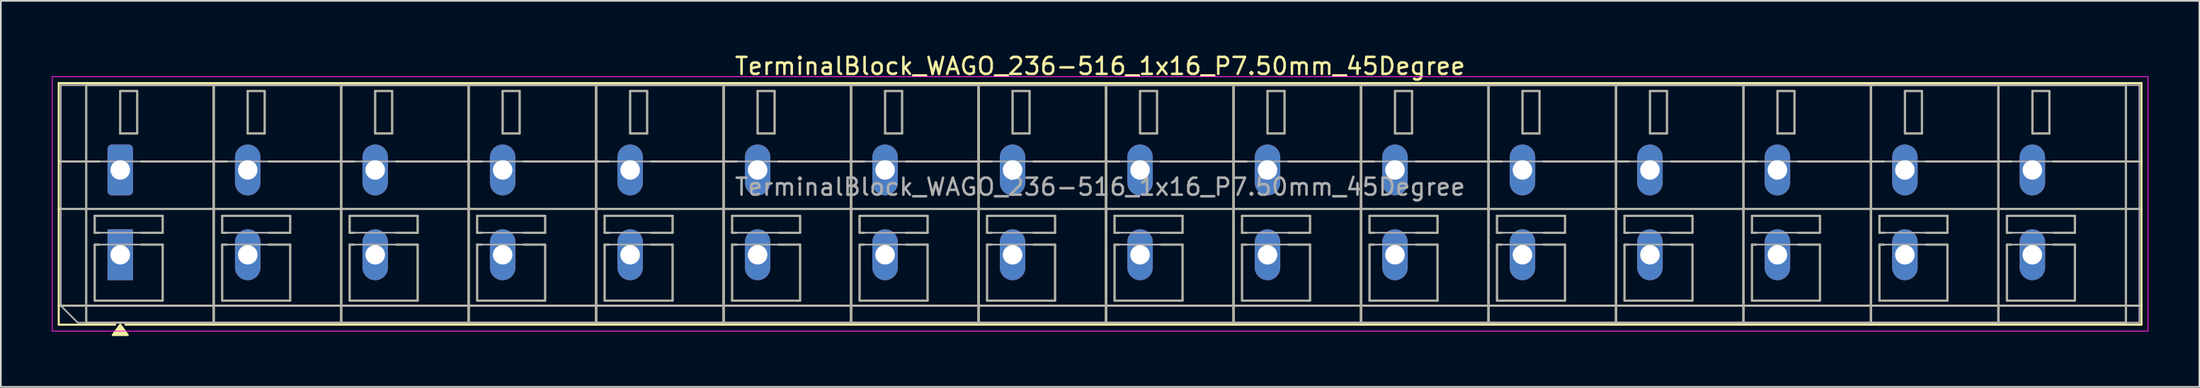
<source format=kicad_pcb>
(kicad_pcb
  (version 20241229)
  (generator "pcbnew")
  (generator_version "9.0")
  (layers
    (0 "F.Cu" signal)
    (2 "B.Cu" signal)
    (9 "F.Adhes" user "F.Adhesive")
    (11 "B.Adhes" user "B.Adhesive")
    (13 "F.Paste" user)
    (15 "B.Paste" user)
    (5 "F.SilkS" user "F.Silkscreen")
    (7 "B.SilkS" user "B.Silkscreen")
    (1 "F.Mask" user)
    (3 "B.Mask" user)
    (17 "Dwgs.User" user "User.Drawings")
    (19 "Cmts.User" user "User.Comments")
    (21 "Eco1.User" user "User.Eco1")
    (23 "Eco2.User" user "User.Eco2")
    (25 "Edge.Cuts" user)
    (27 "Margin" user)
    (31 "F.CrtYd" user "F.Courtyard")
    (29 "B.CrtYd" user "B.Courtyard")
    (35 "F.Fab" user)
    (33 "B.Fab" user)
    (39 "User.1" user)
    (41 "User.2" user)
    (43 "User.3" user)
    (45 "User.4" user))
  (footprint "TerminalBlock_WAGO_236-516_1x16_P7.50mm_45Degree"
    (layer "F.Cu")
    (at 4.025 6.968)
    (property "Reference" "TerminalBlock_WAGO_236-516_1x16_P7.50mm_45Degree" (at 57.65 -6.12 0) (layer "F.SilkS") (effects (font (size 1 1) (thickness 0.15))))
    (attr through_hole)
    (fp_line (start -3.62 -5.12) (end -3.62 9.12) (stroke (width 0.12) (type solid)) (layer "F.SilkS"))
    (fp_line (start -3.62 -5.12) (end 118.92 -5.12) (stroke (width 0.12) (type solid)) (layer "F.SilkS"))
    (fp_line (start -3.62 -0.5) (end -1.23 -0.5) (stroke (width 0.12) (type solid)) (layer "F.SilkS"))
    (fp_line (start -3.62 2.3) (end 118.92 2.3) (stroke (width 0.12) (type solid)) (layer "F.SilkS"))
    (fp_line (start -3.62 8) (end 118.92 8) (stroke (width 0.12) (type solid)) (layer "F.SilkS"))
    (fp_line (start -3.62 9.12) (end -0.3 9.12) (stroke (width 0.12) (type solid)) (layer "F.SilkS"))
    (fp_line (start -2 -5) (end -2 9) (stroke (width 0.12) (type solid)) (layer "F.SilkS"))
    (fp_line (start -2 -5) (end 5.5 -5) (stroke (width 0.12) (type solid)) (layer "F.SilkS"))
    (fp_line (start -2 9) (end 5.5 9) (stroke (width 0.12) (type solid)) (layer "F.SilkS"))
    (fp_line (start -1.5 2.7) (end -1.5 3.7) (stroke (width 0.12) (type solid)) (layer "F.SilkS"))
    (fp_line (start -1.5 2.7) (end 2.5 2.7) (stroke (width 0.12) (type solid)) (layer "F.SilkS"))
    (fp_line (start -1.5 3.7) (end -1.23 3.7) (stroke (width 0.12) (type solid)) (layer "F.SilkS"))
    (fp_line (start -1.5 4.4) (end -1.5 7.7) (stroke (width 0.12) (type solid)) (layer "F.SilkS"))
    (fp_line (start -1.5 4.4) (end -1.23 4.4) (stroke (width 0.12) (type solid)) (layer "F.SilkS"))
    (fp_line (start -1.5 7.7) (end 2.5 7.7) (stroke (width 0.12) (type solid)) (layer "F.SilkS"))
    (fp_line (start 0 -4.65) (end 0 -2.15) (stroke (width 0.12) (type solid)) (layer "F.SilkS"))
    (fp_line (start 0 -4.65) (end 1 -4.65) (stroke (width 0.12) (type solid)) (layer "F.SilkS"))
    (fp_line (start 0 -2.15) (end 1 -2.15) (stroke (width 0.12) (type solid)) (layer "F.SilkS"))
    (fp_line (start 0.3 9.12) (end 118.92 9.12) (stroke (width 0.12) (type solid)) (layer "F.SilkS"))
    (fp_line (start 1 -4.65) (end 1 -2.15) (stroke (width 0.12) (type solid)) (layer "F.SilkS"))
    (fp_line (start 1.23 -0.5) (end 6.27 -0.5) (stroke (width 0.12) (type solid)) (layer "F.SilkS"))
    (fp_line (start 1.23 3.7) (end 2.5 3.7) (stroke (width 0.12) (type solid)) (layer "F.SilkS"))
    (fp_line (start 1.23 4.4) (end 2.5 4.4) (stroke (width 0.12) (type solid)) (layer "F.SilkS"))
    (fp_line (start 2.5 2.7) (end 2.5 3.7) (stroke (width 0.12) (type solid)) (layer "F.SilkS"))
    (fp_line (start 2.5 4.4) (end 2.5 7.7) (stroke (width 0.12) (type solid)) (layer "F.SilkS"))
    (fp_line (start 5.5 -5) (end 5.5 9) (stroke (width 0.12) (type solid)) (layer "F.SilkS"))
    (fp_line (start 5.5 -5) (end 5.5 9) (stroke (width 0.12) (type solid)) (layer "F.SilkS"))
    (fp_line (start 5.5 -5) (end 13 -5) (stroke (width 0.12) (type solid)) (layer "F.SilkS"))
    (fp_line (start 5.5 9) (end 13 9) (stroke (width 0.12) (type solid)) (layer "F.SilkS"))
    (fp_line (start 6 2.7) (end 6 3.7) (stroke (width 0.12) (type solid)) (layer "F.SilkS"))
    (fp_line (start 6 2.7) (end 10 2.7) (stroke (width 0.12) (type solid)) (layer "F.SilkS"))
    (fp_line (start 6 3.7) (end 6.27 3.7) (stroke (width 0.12) (type solid)) (layer "F.SilkS"))
    (fp_line (start 6 4.4) (end 6 7.7) (stroke (width 0.12) (type solid)) (layer "F.SilkS"))
    (fp_line (start 6 4.4) (end 6.27 4.4) (stroke (width 0.12) (type solid)) (layer "F.SilkS"))
    (fp_line (start 6 7.7) (end 10 7.7) (stroke (width 0.12) (type solid)) (layer "F.SilkS"))
    (fp_line (start 7.5 -4.65) (end 7.5 -2.15) (stroke (width 0.12) (type solid)) (layer "F.SilkS"))
    (fp_line (start 7.5 -4.65) (end 8.5 -4.65) (stroke (width 0.12) (type solid)) (layer "F.SilkS"))
    (fp_line (start 7.5 -2.15) (end 8.5 -2.15) (stroke (width 0.12) (type solid)) (layer "F.SilkS"))
    (fp_line (start 8.5 -4.65) (end 8.5 -2.15) (stroke (width 0.12) (type solid)) (layer "F.SilkS"))
    (fp_line (start 8.73 -0.5) (end 13.77 -0.5) (stroke (width 0.12) (type solid)) (layer "F.SilkS"))
    (fp_line (start 8.73 3.7) (end 10 3.7) (stroke (width 0.12) (type solid)) (layer "F.SilkS"))
    (fp_line (start 8.73 4.4) (end 10 4.4) (stroke (width 0.12) (type solid)) (layer "F.SilkS"))
    (fp_line (start 10 2.7) (end 10 3.7) (stroke (width 0.12) (type solid)) (layer "F.SilkS"))
    (fp_line (start 10 4.4) (end 10 7.7) (stroke (width 0.12) (type solid)) (layer "F.SilkS"))
    (fp_line (start 13 -5) (end 13 9) (stroke (width 0.12) (type solid)) (layer "F.SilkS"))
    (fp_line (start 13 -5) (end 13 9) (stroke (width 0.12) (type solid)) (layer "F.SilkS"))
    (fp_line (start 13 -5) (end 20.5 -5) (stroke (width 0.12) (type solid)) (layer "F.SilkS"))
    (fp_line (start 13 9) (end 20.5 9) (stroke (width 0.12) (type solid)) (layer "F.SilkS"))
    (fp_line (start 13.5 2.7) (end 13.5 3.7) (stroke (width 0.12) (type solid)) (layer "F.SilkS"))
    (fp_line (start 13.5 2.7) (end 17.5 2.7) (stroke (width 0.12) (type solid)) (layer "F.SilkS"))
    (fp_line (start 13.5 3.7) (end 13.77 3.7) (stroke (width 0.12) (type solid)) (layer "F.SilkS"))
    (fp_line (start 13.5 4.4) (end 13.5 7.7) (stroke (width 0.12) (type solid)) (layer "F.SilkS"))
    (fp_line (start 13.5 4.4) (end 13.77 4.4) (stroke (width 0.12) (type solid)) (layer "F.SilkS"))
    (fp_line (start 13.5 7.7) (end 17.5 7.7) (stroke (width 0.12) (type solid)) (layer "F.SilkS"))
    (fp_line (start 15 -4.65) (end 15 -2.15) (stroke (width 0.12) (type solid)) (layer "F.SilkS"))
    (fp_line (start 15 -4.65) (end 16 -4.65) (stroke (width 0.12) (type solid)) (layer "F.SilkS"))
    (fp_line (start 15 -2.15) (end 16 -2.15) (stroke (width 0.12) (type solid)) (layer "F.SilkS"))
    (fp_line (start 16 -4.65) (end 16 -2.15) (stroke (width 0.12) (type solid)) (layer "F.SilkS"))
    (fp_line (start 16.23 -0.5) (end 21.27 -0.5) (stroke (width 0.12) (type solid)) (layer "F.SilkS"))
    (fp_line (start 16.23 3.7) (end 17.5 3.7) (stroke (width 0.12) (type solid)) (layer "F.SilkS"))
    (fp_line (start 16.23 4.4) (end 17.5 4.4) (stroke (width 0.12) (type solid)) (layer "F.SilkS"))
    (fp_line (start 17.5 2.7) (end 17.5 3.7) (stroke (width 0.12) (type solid)) (layer "F.SilkS"))
    (fp_line (start 17.5 4.4) (end 17.5 7.7) (stroke (width 0.12) (type solid)) (layer "F.SilkS"))
    (fp_line (start 20.5 -5) (end 20.5 9) (stroke (width 0.12) (type solid)) (layer "F.SilkS"))
    (fp_line (start 20.5 -5) (end 20.5 9) (stroke (width 0.12) (type solid)) (layer "F.SilkS"))
    (fp_line (start 20.5 -5) (end 28 -5) (stroke (width 0.12) (type solid)) (layer "F.SilkS"))
    (fp_line (start 20.5 9) (end 28 9) (stroke (width 0.12) (type solid)) (layer "F.SilkS"))
    (fp_line (start 21 2.7) (end 21 3.7) (stroke (width 0.12) (type solid)) (layer "F.SilkS"))
    (fp_line (start 21 2.7) (end 25 2.7) (stroke (width 0.12) (type solid)) (layer "F.SilkS"))
    (fp_line (start 21 3.7) (end 21.27 3.7) (stroke (width 0.12) (type solid)) (layer "F.SilkS"))
    (fp_line (start 21 4.4) (end 21 7.7) (stroke (width 0.12) (type solid)) (layer "F.SilkS"))
    (fp_line (start 21 4.4) (end 21.27 4.4) (stroke (width 0.12) (type solid)) (layer "F.SilkS"))
    (fp_line (start 21 7.7) (end 25 7.7) (stroke (width 0.12) (type solid)) (layer "F.SilkS"))
    (fp_line (start 22.5 -4.65) (end 22.5 -2.15) (stroke (width 0.12) (type solid)) (layer "F.SilkS"))
    (fp_line (start 22.5 -4.65) (end 23.5 -4.65) (stroke (width 0.12) (type solid)) (layer "F.SilkS"))
    (fp_line (start 22.5 -2.15) (end 23.5 -2.15) (stroke (width 0.12) (type solid)) (layer "F.SilkS"))
    (fp_line (start 23.5 -4.65) (end 23.5 -2.15) (stroke (width 0.12) (type solid)) (layer "F.SilkS"))
    (fp_line (start 23.73 -0.5) (end 28.77 -0.5) (stroke (width 0.12) (type solid)) (layer "F.SilkS"))
    (fp_line (start 23.73 3.7) (end 25 3.7) (stroke (width 0.12) (type solid)) (layer "F.SilkS"))
    (fp_line (start 23.73 4.4) (end 25 4.4) (stroke (width 0.12) (type solid)) (layer "F.SilkS"))
    (fp_line (start 25 2.7) (end 25 3.7) (stroke (width 0.12) (type solid)) (layer "F.SilkS"))
    (fp_line (start 25 4.4) (end 25 7.7) (stroke (width 0.12) (type solid)) (layer "F.SilkS"))
    (fp_line (start 28 -5) (end 28 9) (stroke (width 0.12) (type solid)) (layer "F.SilkS"))
    (fp_line (start 28 -5) (end 28 9) (stroke (width 0.12) (type solid)) (layer "F.SilkS"))
    (fp_line (start 28 -5) (end 35.5 -5) (stroke (width 0.12) (type solid)) (layer "F.SilkS"))
    (fp_line (start 28 9) (end 35.5 9) (stroke (width 0.12) (type solid)) (layer "F.SilkS"))
    (fp_line (start 28.5 2.7) (end 28.5 3.7) (stroke (width 0.12) (type solid)) (layer "F.SilkS"))
    (fp_line (start 28.5 2.7) (end 32.5 2.7) (stroke (width 0.12) (type solid)) (layer "F.SilkS"))
    (fp_line (start 28.5 3.7) (end 28.77 3.7) (stroke (width 0.12) (type solid)) (layer "F.SilkS"))
    (fp_line (start 28.5 4.4) (end 28.5 7.7) (stroke (width 0.12) (type solid)) (layer "F.SilkS"))
    (fp_line (start 28.5 4.4) (end 28.77 4.4) (stroke (width 0.12) (type solid)) (layer "F.SilkS"))
    (fp_line (start 28.5 7.7) (end 32.5 7.7) (stroke (width 0.12) (type solid)) (layer "F.SilkS"))
    (fp_line (start 30 -4.65) (end 30 -2.15) (stroke (width 0.12) (type solid)) (layer "F.SilkS"))
    (fp_line (start 30 -4.65) (end 31 -4.65) (stroke (width 0.12) (type solid)) (layer "F.SilkS"))
    (fp_line (start 30 -2.15) (end 31 -2.15) (stroke (width 0.12) (type solid)) (layer "F.SilkS"))
    (fp_line (start 31 -4.65) (end 31 -2.15) (stroke (width 0.12) (type solid)) (layer "F.SilkS"))
    (fp_line (start 31.23 -0.5) (end 36.27 -0.5) (stroke (width 0.12) (type solid)) (layer "F.SilkS"))
    (fp_line (start 31.23 3.7) (end 32.5 3.7) (stroke (width 0.12) (type solid)) (layer "F.SilkS"))
    (fp_line (start 31.23 4.4) (end 32.5 4.4) (stroke (width 0.12) (type solid)) (layer "F.SilkS"))
    (fp_line (start 32.5 2.7) (end 32.5 3.7) (stroke (width 0.12) (type solid)) (layer "F.SilkS"))
    (fp_line (start 32.5 4.4) (end 32.5 7.7) (stroke (width 0.12) (type solid)) (layer "F.SilkS"))
    (fp_line (start 35.5 -5) (end 35.5 9) (stroke (width 0.12) (type solid)) (layer "F.SilkS"))
    (fp_line (start 35.5 -5) (end 35.5 9) (stroke (width 0.12) (type solid)) (layer "F.SilkS"))
    (fp_line (start 35.5 -5) (end 43 -5) (stroke (width 0.12) (type solid)) (layer "F.SilkS"))
    (fp_line (start 35.5 9) (end 43 9) (stroke (width 0.12) (type solid)) (layer "F.SilkS"))
    (fp_line (start 36 2.7) (end 36 3.7) (stroke (width 0.12) (type solid)) (layer "F.SilkS"))
    (fp_line (start 36 2.7) (end 40 2.7) (stroke (width 0.12) (type solid)) (layer "F.SilkS"))
    (fp_line (start 36 3.7) (end 36.27 3.7) (stroke (width 0.12) (type solid)) (layer "F.SilkS"))
    (fp_line (start 36 4.4) (end 36 7.7) (stroke (width 0.12) (type solid)) (layer "F.SilkS"))
    (fp_line (start 36 4.4) (end 36.27 4.4) (stroke (width 0.12) (type solid)) (layer "F.SilkS"))
    (fp_line (start 36 7.7) (end 40 7.7) (stroke (width 0.12) (type solid)) (layer "F.SilkS"))
    (fp_line (start 37.5 -4.65) (end 37.5 -2.15) (stroke (width 0.12) (type solid)) (layer "F.SilkS"))
    (fp_line (start 37.5 -4.65) (end 38.5 -4.65) (stroke (width 0.12) (type solid)) (layer "F.SilkS"))
    (fp_line (start 37.5 -2.15) (end 38.5 -2.15) (stroke (width 0.12) (type solid)) (layer "F.SilkS"))
    (fp_line (start 38.5 -4.65) (end 38.5 -2.15) (stroke (width 0.12) (type solid)) (layer "F.SilkS"))
    (fp_line (start 38.73 -0.5) (end 43.77 -0.5) (stroke (width 0.12) (type solid)) (layer "F.SilkS"))
    (fp_line (start 38.73 3.7) (end 40 3.7) (stroke (width 0.12) (type solid)) (layer "F.SilkS"))
    (fp_line (start 38.73 4.4) (end 40 4.4) (stroke (width 0.12) (type solid)) (layer "F.SilkS"))
    (fp_line (start 40 2.7) (end 40 3.7) (stroke (width 0.12) (type solid)) (layer "F.SilkS"))
    (fp_line (start 40 4.4) (end 40 7.7) (stroke (width 0.12) (type solid)) (layer "F.SilkS"))
    (fp_line (start 43 -5) (end 43 9) (stroke (width 0.12) (type solid)) (layer "F.SilkS"))
    (fp_line (start 43 -5) (end 43 9) (stroke (width 0.12) (type solid)) (layer "F.SilkS"))
    (fp_line (start 43 -5) (end 50.5 -5) (stroke (width 0.12) (type solid)) (layer "F.SilkS"))
    (fp_line (start 43 9) (end 50.5 9) (stroke (width 0.12) (type solid)) (layer "F.SilkS"))
    (fp_line (start 43.5 2.7) (end 43.5 3.7) (stroke (width 0.12) (type solid)) (layer "F.SilkS"))
    (fp_line (start 43.5 2.7) (end 47.5 2.7) (stroke (width 0.12) (type solid)) (layer "F.SilkS"))
    (fp_line (start 43.5 3.7) (end 43.77 3.7) (stroke (width 0.12) (type solid)) (layer "F.SilkS"))
    (fp_line (start 43.5 4.4) (end 43.5 7.7) (stroke (width 0.12) (type solid)) (layer "F.SilkS"))
    (fp_line (start 43.5 4.4) (end 43.77 4.4) (stroke (width 0.12) (type solid)) (layer "F.SilkS"))
    (fp_line (start 43.5 7.7) (end 47.5 7.7) (stroke (width 0.12) (type solid)) (layer "F.SilkS"))
    (fp_line (start 45 -4.65) (end 45 -2.15) (stroke (width 0.12) (type solid)) (layer "F.SilkS"))
    (fp_line (start 45 -4.65) (end 46 -4.65) (stroke (width 0.12) (type solid)) (layer "F.SilkS"))
    (fp_line (start 45 -2.15) (end 46 -2.15) (stroke (width 0.12) (type solid)) (layer "F.SilkS"))
    (fp_line (start 46 -4.65) (end 46 -2.15) (stroke (width 0.12) (type solid)) (layer "F.SilkS"))
    (fp_line (start 46.23 -0.5) (end 51.27 -0.5) (stroke (width 0.12) (type solid)) (layer "F.SilkS"))
    (fp_line (start 46.23 3.7) (end 47.5 3.7) (stroke (width 0.12) (type solid)) (layer "F.SilkS"))
    (fp_line (start 46.23 4.4) (end 47.5 4.4) (stroke (width 0.12) (type solid)) (layer "F.SilkS"))
    (fp_line (start 47.5 2.7) (end 47.5 3.7) (stroke (width 0.12) (type solid)) (layer "F.SilkS"))
    (fp_line (start 47.5 4.4) (end 47.5 7.7) (stroke (width 0.12) (type solid)) (layer "F.SilkS"))
    (fp_line (start 50.5 -5) (end 50.5 9) (stroke (width 0.12) (type solid)) (layer "F.SilkS"))
    (fp_line (start 50.5 -5) (end 50.5 9) (stroke (width 0.12) (type solid)) (layer "F.SilkS"))
    (fp_line (start 50.5 -5) (end 58 -5) (stroke (width 0.12) (type solid)) (layer "F.SilkS"))
    (fp_line (start 50.5 9) (end 58 9) (stroke (width 0.12) (type solid)) (layer "F.SilkS"))
    (fp_line (start 51 2.7) (end 51 3.7) (stroke (width 0.12) (type solid)) (layer "F.SilkS"))
    (fp_line (start 51 2.7) (end 55 2.7) (stroke (width 0.12) (type solid)) (layer "F.SilkS"))
    (fp_line (start 51 3.7) (end 51.27 3.7) (stroke (width 0.12) (type solid)) (layer "F.SilkS"))
    (fp_line (start 51 4.4) (end 51 7.7) (stroke (width 0.12) (type solid)) (layer "F.SilkS"))
    (fp_line (start 51 4.4) (end 51.27 4.4) (stroke (width 0.12) (type solid)) (layer "F.SilkS"))
    (fp_line (start 51 7.7) (end 55 7.7) (stroke (width 0.12) (type solid)) (layer "F.SilkS"))
    (fp_line (start 52.5 -4.65) (end 52.5 -2.15) (stroke (width 0.12) (type solid)) (layer "F.SilkS"))
    (fp_line (start 52.5 -4.65) (end 53.5 -4.65) (stroke (width 0.12) (type solid)) (layer "F.SilkS"))
    (fp_line (start 52.5 -2.15) (end 53.5 -2.15) (stroke (width 0.12) (type solid)) (layer "F.SilkS"))
    (fp_line (start 53.5 -4.65) (end 53.5 -2.15) (stroke (width 0.12) (type solid)) (layer "F.SilkS"))
    (fp_line (start 53.73 -0.5) (end 58.77 -0.5) (stroke (width 0.12) (type solid)) (layer "F.SilkS"))
    (fp_line (start 53.73 3.7) (end 55 3.7) (stroke (width 0.12) (type solid)) (layer "F.SilkS"))
    (fp_line (start 53.73 4.4) (end 55 4.4) (stroke (width 0.12) (type solid)) (layer "F.SilkS"))
    (fp_line (start 55 2.7) (end 55 3.7) (stroke (width 0.12) (type solid)) (layer "F.SilkS"))
    (fp_line (start 55 4.4) (end 55 7.7) (stroke (width 0.12) (type solid)) (layer "F.SilkS"))
    (fp_line (start 58 -5) (end 58 9) (stroke (width 0.12) (type solid)) (layer "F.SilkS"))
    (fp_line (start 58 -5) (end 58 9) (stroke (width 0.12) (type solid)) (layer "F.SilkS"))
    (fp_line (start 58 -5) (end 65.5 -5) (stroke (width 0.12) (type solid)) (layer "F.SilkS"))
    (fp_line (start 58 9) (end 65.5 9) (stroke (width 0.12) (type solid)) (layer "F.SilkS"))
    (fp_line (start 58.5 2.7) (end 58.5 3.7) (stroke (width 0.12) (type solid)) (layer "F.SilkS"))
    (fp_line (start 58.5 2.7) (end 62.5 2.7) (stroke (width 0.12) (type solid)) (layer "F.SilkS"))
    (fp_line (start 58.5 3.7) (end 58.77 3.7) (stroke (width 0.12) (type solid)) (layer "F.SilkS"))
    (fp_line (start 58.5 4.4) (end 58.5 7.7) (stroke (width 0.12) (type solid)) (layer "F.SilkS"))
    (fp_line (start 58.5 4.4) (end 58.77 4.4) (stroke (width 0.12) (type solid)) (layer "F.SilkS"))
    (fp_line (start 58.5 7.7) (end 62.5 7.7) (stroke (width 0.12) (type solid)) (layer "F.SilkS"))
    (fp_line (start 60 -4.65) (end 60 -2.15) (stroke (width 0.12) (type solid)) (layer "F.SilkS"))
    (fp_line (start 60 -4.65) (end 61 -4.65) (stroke (width 0.12) (type solid)) (layer "F.SilkS"))
    (fp_line (start 60 -2.15) (end 61 -2.15) (stroke (width 0.12) (type solid)) (layer "F.SilkS"))
    (fp_line (start 61 -4.65) (end 61 -2.15) (stroke (width 0.12) (type solid)) (layer "F.SilkS"))
    (fp_line (start 61.23 -0.5) (end 66.27 -0.5) (stroke (width 0.12) (type solid)) (layer "F.SilkS"))
    (fp_line (start 61.23 3.7) (end 62.5 3.7) (stroke (width 0.12) (type solid)) (layer "F.SilkS"))
    (fp_line (start 61.23 4.4) (end 62.5 4.4) (stroke (width 0.12) (type solid)) (layer "F.SilkS"))
    (fp_line (start 62.5 2.7) (end 62.5 3.7) (stroke (width 0.12) (type solid)) (layer "F.SilkS"))
    (fp_line (start 62.5 4.4) (end 62.5 7.7) (stroke (width 0.12) (type solid)) (layer "F.SilkS"))
    (fp_line (start 65.5 -5) (end 65.5 9) (stroke (width 0.12) (type solid)) (layer "F.SilkS"))
    (fp_line (start 65.5 -5) (end 65.5 9) (stroke (width 0.12) (type solid)) (layer "F.SilkS"))
    (fp_line (start 65.5 -5) (end 73 -5) (stroke (width 0.12) (type solid)) (layer "F.SilkS"))
    (fp_line (start 65.5 9) (end 73 9) (stroke (width 0.12) (type solid)) (layer "F.SilkS"))
    (fp_line (start 66 2.7) (end 66 3.7) (stroke (width 0.12) (type solid)) (layer "F.SilkS"))
    (fp_line (start 66 2.7) (end 70 2.7) (stroke (width 0.12) (type solid)) (layer "F.SilkS"))
    (fp_line (start 66 3.7) (end 66.27 3.7) (stroke (width 0.12) (type solid)) (layer "F.SilkS"))
    (fp_line (start 66 4.4) (end 66 7.7) (stroke (width 0.12) (type solid)) (layer "F.SilkS"))
    (fp_line (start 66 4.4) (end 66.27 4.4) (stroke (width 0.12) (type solid)) (layer "F.SilkS"))
    (fp_line (start 66 7.7) (end 70 7.7) (stroke (width 0.12) (type solid)) (layer "F.SilkS"))
    (fp_line (start 67.5 -4.65) (end 67.5 -2.15) (stroke (width 0.12) (type solid)) (layer "F.SilkS"))
    (fp_line (start 67.5 -4.65) (end 68.5 -4.65) (stroke (width 0.12) (type solid)) (layer "F.SilkS"))
    (fp_line (start 67.5 -2.15) (end 68.5 -2.15) (stroke (width 0.12) (type solid)) (layer "F.SilkS"))
    (fp_line (start 68.5 -4.65) (end 68.5 -2.15) (stroke (width 0.12) (type solid)) (layer "F.SilkS"))
    (fp_line (start 68.73 -0.5) (end 73.77 -0.5) (stroke (width 0.12) (type solid)) (layer "F.SilkS"))
    (fp_line (start 68.73 3.7) (end 70 3.7) (stroke (width 0.12) (type solid)) (layer "F.SilkS"))
    (fp_line (start 68.73 4.4) (end 70 4.4) (stroke (width 0.12) (type solid)) (layer "F.SilkS"))
    (fp_line (start 70 2.7) (end 70 3.7) (stroke (width 0.12) (type solid)) (layer "F.SilkS"))
    (fp_line (start 70 4.4) (end 70 7.7) (stroke (width 0.12) (type solid)) (layer "F.SilkS"))
    (fp_line (start 73 -5) (end 73 9) (stroke (width 0.12) (type solid)) (layer "F.SilkS"))
    (fp_line (start 73 -5) (end 73 9) (stroke (width 0.12) (type solid)) (layer "F.SilkS"))
    (fp_line (start 73 -5) (end 80.5 -5) (stroke (width 0.12) (type solid)) (layer "F.SilkS"))
    (fp_line (start 73 9) (end 80.5 9) (stroke (width 0.12) (type solid)) (layer "F.SilkS"))
    (fp_line (start 73.5 2.7) (end 73.5 3.7) (stroke (width 0.12) (type solid)) (layer "F.SilkS"))
    (fp_line (start 73.5 2.7) (end 77.5 2.7) (stroke (width 0.12) (type solid)) (layer "F.SilkS"))
    (fp_line (start 73.5 3.7) (end 73.77 3.7) (stroke (width 0.12) (type solid)) (layer "F.SilkS"))
    (fp_line (start 73.5 4.4) (end 73.5 7.7) (stroke (width 0.12) (type solid)) (layer "F.SilkS"))
    (fp_line (start 73.5 4.4) (end 73.77 4.4) (stroke (width 0.12) (type solid)) (layer "F.SilkS"))
    (fp_line (start 73.5 7.7) (end 77.5 7.7) (stroke (width 0.12) (type solid)) (layer "F.SilkS"))
    (fp_line (start 75 -4.65) (end 75 -2.15) (stroke (width 0.12) (type solid)) (layer "F.SilkS"))
    (fp_line (start 75 -4.65) (end 76 -4.65) (stroke (width 0.12) (type solid)) (layer "F.SilkS"))
    (fp_line (start 75 -2.15) (end 76 -2.15) (stroke (width 0.12) (type solid)) (layer "F.SilkS"))
    (fp_line (start 76 -4.65) (end 76 -2.15) (stroke (width 0.12) (type solid)) (layer "F.SilkS"))
    (fp_line (start 76.23 -0.5) (end 81.27 -0.5) (stroke (width 0.12) (type solid)) (layer "F.SilkS"))
    (fp_line (start 76.23 3.7) (end 77.5 3.7) (stroke (width 0.12) (type solid)) (layer "F.SilkS"))
    (fp_line (start 76.23 4.4) (end 77.5 4.4) (stroke (width 0.12) (type solid)) (layer "F.SilkS"))
    (fp_line (start 77.5 2.7) (end 77.5 3.7) (stroke (width 0.12) (type solid)) (layer "F.SilkS"))
    (fp_line (start 77.5 4.4) (end 77.5 7.7) (stroke (width 0.12) (type solid)) (layer "F.SilkS"))
    (fp_line (start 80.5 -5) (end 80.5 9) (stroke (width 0.12) (type solid)) (layer "F.SilkS"))
    (fp_line (start 80.5 -5) (end 80.5 9) (stroke (width 0.12) (type solid)) (layer "F.SilkS"))
    (fp_line (start 80.5 -5) (end 88 -5) (stroke (width 0.12) (type solid)) (layer "F.SilkS"))
    (fp_line (start 80.5 9) (end 88 9) (stroke (width 0.12) (type solid)) (layer "F.SilkS"))
    (fp_line (start 81 2.7) (end 81 3.7) (stroke (width 0.12) (type solid)) (layer "F.SilkS"))
    (fp_line (start 81 2.7) (end 85 2.7) (stroke (width 0.12) (type solid)) (layer "F.SilkS"))
    (fp_line (start 81 3.7) (end 81.27 3.7) (stroke (width 0.12) (type solid)) (layer "F.SilkS"))
    (fp_line (start 81 4.4) (end 81 7.7) (stroke (width 0.12) (type solid)) (layer "F.SilkS"))
    (fp_line (start 81 4.4) (end 81.27 4.4) (stroke (width 0.12) (type solid)) (layer "F.SilkS"))
    (fp_line (start 81 7.7) (end 85 7.7) (stroke (width 0.12) (type solid)) (layer "F.SilkS"))
    (fp_line (start 82.5 -4.65) (end 82.5 -2.15) (stroke (width 0.12) (type solid)) (layer "F.SilkS"))
    (fp_line (start 82.5 -4.65) (end 83.5 -4.65) (stroke (width 0.12) (type solid)) (layer "F.SilkS"))
    (fp_line (start 82.5 -2.15) (end 83.5 -2.15) (stroke (width 0.12) (type solid)) (layer "F.SilkS"))
    (fp_line (start 83.5 -4.65) (end 83.5 -2.15) (stroke (width 0.12) (type solid)) (layer "F.SilkS"))
    (fp_line (start 83.73 -0.5) (end 88.77 -0.5) (stroke (width 0.12) (type solid)) (layer "F.SilkS"))
    (fp_line (start 83.73 3.7) (end 85 3.7) (stroke (width 0.12) (type solid)) (layer "F.SilkS"))
    (fp_line (start 83.73 4.4) (end 85 4.4) (stroke (width 0.12) (type solid)) (layer "F.SilkS"))
    (fp_line (start 85 2.7) (end 85 3.7) (stroke (width 0.12) (type solid)) (layer "F.SilkS"))
    (fp_line (start 85 4.4) (end 85 7.7) (stroke (width 0.12) (type solid)) (layer "F.SilkS"))
    (fp_line (start 88 -5) (end 88 9) (stroke (width 0.12) (type solid)) (layer "F.SilkS"))
    (fp_line (start 88 -5) (end 88 9) (stroke (width 0.12) (type solid)) (layer "F.SilkS"))
    (fp_line (start 88 -5) (end 95.5 -5) (stroke (width 0.12) (type solid)) (layer "F.SilkS"))
    (fp_line (start 88 9) (end 95.5 9) (stroke (width 0.12) (type solid)) (layer "F.SilkS"))
    (fp_line (start 88.5 2.7) (end 88.5 3.7) (stroke (width 0.12) (type solid)) (layer "F.SilkS"))
    (fp_line (start 88.5 2.7) (end 92.5 2.7) (stroke (width 0.12) (type solid)) (layer "F.SilkS"))
    (fp_line (start 88.5 3.7) (end 88.77 3.7) (stroke (width 0.12) (type solid)) (layer "F.SilkS"))
    (fp_line (start 88.5 4.4) (end 88.5 7.7) (stroke (width 0.12) (type solid)) (layer "F.SilkS"))
    (fp_line (start 88.5 4.4) (end 88.77 4.4) (stroke (width 0.12) (type solid)) (layer "F.SilkS"))
    (fp_line (start 88.5 7.7) (end 92.5 7.7) (stroke (width 0.12) (type solid)) (layer "F.SilkS"))
    (fp_line (start 90 -4.65) (end 90 -2.15) (stroke (width 0.12) (type solid)) (layer "F.SilkS"))
    (fp_line (start 90 -4.65) (end 91 -4.65) (stroke (width 0.12) (type solid)) (layer "F.SilkS"))
    (fp_line (start 90 -2.15) (end 91 -2.15) (stroke (width 0.12) (type solid)) (layer "F.SilkS"))
    (fp_line (start 91 -4.65) (end 91 -2.15) (stroke (width 0.12) (type solid)) (layer "F.SilkS"))
    (fp_line (start 91.23 -0.5) (end 96.27 -0.5) (stroke (width 0.12) (type solid)) (layer "F.SilkS"))
    (fp_line (start 91.23 3.7) (end 92.5 3.7) (stroke (width 0.12) (type solid)) (layer "F.SilkS"))
    (fp_line (start 91.23 4.4) (end 92.5 4.4) (stroke (width 0.12) (type solid)) (layer "F.SilkS"))
    (fp_line (start 92.5 2.7) (end 92.5 3.7) (stroke (width 0.12) (type solid)) (layer "F.SilkS"))
    (fp_line (start 92.5 4.4) (end 92.5 7.7) (stroke (width 0.12) (type solid)) (layer "F.SilkS"))
    (fp_line (start 95.5 -5) (end 95.5 9) (stroke (width 0.12) (type solid)) (layer "F.SilkS"))
    (fp_line (start 95.5 -5) (end 95.5 9) (stroke (width 0.12) (type solid)) (layer "F.SilkS"))
    (fp_line (start 95.5 -5) (end 103 -5) (stroke (width 0.12) (type solid)) (layer "F.SilkS"))
    (fp_line (start 95.5 9) (end 103 9) (stroke (width 0.12) (type solid)) (layer "F.SilkS"))
    (fp_line (start 96 2.7) (end 96 3.7) (stroke (width 0.12) (type solid)) (layer "F.SilkS"))
    (fp_line (start 96 2.7) (end 100 2.7) (stroke (width 0.12) (type solid)) (layer "F.SilkS"))
    (fp_line (start 96 3.7) (end 96.27 3.7) (stroke (width 0.12) (type solid)) (layer "F.SilkS"))
    (fp_line (start 96 4.4) (end 96 7.7) (stroke (width 0.12) (type solid)) (layer "F.SilkS"))
    (fp_line (start 96 4.4) (end 96.27 4.4) (stroke (width 0.12) (type solid)) (layer "F.SilkS"))
    (fp_line (start 96 7.7) (end 100 7.7) (stroke (width 0.12) (type solid)) (layer "F.SilkS"))
    (fp_line (start 97.5 -4.65) (end 97.5 -2.15) (stroke (width 0.12) (type solid)) (layer "F.SilkS"))
    (fp_line (start 97.5 -4.65) (end 98.5 -4.65) (stroke (width 0.12) (type solid)) (layer "F.SilkS"))
    (fp_line (start 97.5 -2.15) (end 98.5 -2.15) (stroke (width 0.12) (type solid)) (layer "F.SilkS"))
    (fp_line (start 98.5 -4.65) (end 98.5 -2.15) (stroke (width 0.12) (type solid)) (layer "F.SilkS"))
    (fp_line (start 98.73 -0.5) (end 103.77 -0.5) (stroke (width 0.12) (type solid)) (layer "F.SilkS"))
    (fp_line (start 98.73 3.7) (end 100 3.7) (stroke (width 0.12) (type solid)) (layer "F.SilkS"))
    (fp_line (start 98.73 4.4) (end 100 4.4) (stroke (width 0.12) (type solid)) (layer "F.SilkS"))
    (fp_line (start 100 2.7) (end 100 3.7) (stroke (width 0.12) (type solid)) (layer "F.SilkS"))
    (fp_line (start 100 4.4) (end 100 7.7) (stroke (width 0.12) (type solid)) (layer "F.SilkS"))
    (fp_line (start 103 -5) (end 103 9) (stroke (width 0.12) (type solid)) (layer "F.SilkS"))
    (fp_line (start 103 -5) (end 103 9) (stroke (width 0.12) (type solid)) (layer "F.SilkS"))
    (fp_line (start 103 -5) (end 110.5 -5) (stroke (width 0.12) (type solid)) (layer "F.SilkS"))
    (fp_line (start 103 9) (end 110.5 9) (stroke (width 0.12) (type solid)) (layer "F.SilkS"))
    (fp_line (start 103.5 2.7) (end 103.5 3.7) (stroke (width 0.12) (type solid)) (layer "F.SilkS"))
    (fp_line (start 103.5 2.7) (end 107.5 2.7) (stroke (width 0.12) (type solid)) (layer "F.SilkS"))
    (fp_line (start 103.5 3.7) (end 103.77 3.7) (stroke (width 0.12) (type solid)) (layer "F.SilkS"))
    (fp_line (start 103.5 4.4) (end 103.5 7.7) (stroke (width 0.12) (type solid)) (layer "F.SilkS"))
    (fp_line (start 103.5 4.4) (end 103.77 4.4) (stroke (width 0.12) (type solid)) (layer "F.SilkS"))
    (fp_line (start 103.5 7.7) (end 107.5 7.7) (stroke (width 0.12) (type solid)) (layer "F.SilkS"))
    (fp_line (start 105 -4.65) (end 105 -2.15) (stroke (width 0.12) (type solid)) (layer "F.SilkS"))
    (fp_line (start 105 -4.65) (end 106 -4.65) (stroke (width 0.12) (type solid)) (layer "F.SilkS"))
    (fp_line (start 105 -2.15) (end 106 -2.15) (stroke (width 0.12) (type solid)) (layer "F.SilkS"))
    (fp_line (start 106 -4.65) (end 106 -2.15) (stroke (width 0.12) (type solid)) (layer "F.SilkS"))
    (fp_line (start 106.23 -0.5) (end 111.27 -0.5) (stroke (width 0.12) (type solid)) (layer "F.SilkS"))
    (fp_line (start 106.23 3.7) (end 107.5 3.7) (stroke (width 0.12) (type solid)) (layer "F.SilkS"))
    (fp_line (start 106.23 4.4) (end 107.5 4.4) (stroke (width 0.12) (type solid)) (layer "F.SilkS"))
    (fp_line (start 107.5 2.7) (end 107.5 3.7) (stroke (width 0.12) (type solid)) (layer "F.SilkS"))
    (fp_line (start 107.5 4.4) (end 107.5 7.7) (stroke (width 0.12) (type solid)) (layer "F.SilkS"))
    (fp_line (start 110.5 -5) (end 110.5 9) (stroke (width 0.12) (type solid)) (layer "F.SilkS"))
    (fp_line (start 110.5 -5) (end 110.5 9) (stroke (width 0.12) (type solid)) (layer "F.SilkS"))
    (fp_line (start 110.5 -5) (end 118 -5) (stroke (width 0.12) (type solid)) (layer "F.SilkS"))
    (fp_line (start 110.5 9) (end 118 9) (stroke (width 0.12) (type solid)) (layer "F.SilkS"))
    (fp_line (start 111 2.7) (end 111 3.7) (stroke (width 0.12) (type solid)) (layer "F.SilkS"))
    (fp_line (start 111 2.7) (end 115 2.7) (stroke (width 0.12) (type solid)) (layer "F.SilkS"))
    (fp_line (start 111 3.7) (end 111.27 3.7) (stroke (width 0.12) (type solid)) (layer "F.SilkS"))
    (fp_line (start 111 4.4) (end 111 7.7) (stroke (width 0.12) (type solid)) (layer "F.SilkS"))
    (fp_line (start 111 4.4) (end 111.27 4.4) (stroke (width 0.12) (type solid)) (layer "F.SilkS"))
    (fp_line (start 111 7.7) (end 115 7.7) (stroke (width 0.12) (type solid)) (layer "F.SilkS"))
    (fp_line (start 112.5 -4.65) (end 112.5 -2.15) (stroke (width 0.12) (type solid)) (layer "F.SilkS"))
    (fp_line (start 112.5 -4.65) (end 113.5 -4.65) (stroke (width 0.12) (type solid)) (layer "F.SilkS"))
    (fp_line (start 112.5 -2.15) (end 113.5 -2.15) (stroke (width 0.12) (type solid)) (layer "F.SilkS"))
    (fp_line (start 113.5 -4.65) (end 113.5 -2.15) (stroke (width 0.12) (type solid)) (layer "F.SilkS"))
    (fp_line (start 113.73 -0.5) (end 118.92 -0.5) (stroke (width 0.12) (type solid)) (layer "F.SilkS"))
    (fp_line (start 113.73 3.7) (end 115 3.7) (stroke (width 0.12) (type solid)) (layer "F.SilkS"))
    (fp_line (start 113.73 4.4) (end 115 4.4) (stroke (width 0.12) (type solid)) (layer "F.SilkS"))
    (fp_line (start 115 2.7) (end 115 3.7) (stroke (width 0.12) (type solid)) (layer "F.SilkS"))
    (fp_line (start 115 4.4) (end 115 7.7) (stroke (width 0.12) (type solid)) (layer "F.SilkS"))
    (fp_line (start 118 -5) (end 118 9) (stroke (width 0.12) (type solid)) (layer "F.SilkS"))
    (fp_line (start 118.92 -5.12) (end 118.92 9.12) (stroke (width 0.12) (type solid)) (layer "F.SilkS"))
    (fp_poly (pts (xy 0 9.12) (xy 0.44 9.73) (xy -0.44 9.73)) (stroke (width 0.12) (type solid)) (fill yes) (layer "F.SilkS"))
    (fp_line (start -4 -5.5) (end -4 9.5) (stroke (width 0.05) (type solid)) (layer "F.CrtYd"))
    (fp_line (start -4 9.5) (end 119.3 9.5) (stroke (width 0.05) (type solid)) (layer "F.CrtYd"))
    (fp_line (start 119.3 -5.5) (end -4 -5.5) (stroke (width 0.05) (type solid)) (layer "F.CrtYd"))
    (fp_line (start 119.3 9.5) (end 119.3 -5.5) (stroke (width 0.05) (type solid)) (layer "F.CrtYd"))
    (fp_line (start -3.5 -5) (end 118.8 -5) (stroke (width 0.1) (type solid)) (layer "F.Fab"))
    (fp_line (start -3.5 -0.5) (end 118.8 -0.5) (stroke (width 0.1) (type solid)) (layer "F.Fab"))
    (fp_line (start -3.5 2.3) (end 118.8 2.3) (stroke (width 0.1) (type solid)) (layer "F.Fab"))
    (fp_line (start -3.5 8) (end -3.5 -5) (stroke (width 0.1) (type solid)) (layer "F.Fab"))
    (fp_line (start -3.5 8) (end 118.8 8) (stroke (width 0.1) (type solid)) (layer "F.Fab"))
    (fp_line (start -2.5 9) (end -3.5 8) (stroke (width 0.1) (type solid)) (layer "F.Fab"))
    (fp_line (start -2 -5) (end -2 9) (stroke (width 0.1) (type solid)) (layer "F.Fab"))
    (fp_line (start -2 9) (end 5.5 9) (stroke (width 0.1) (type solid)) (layer "F.Fab"))
    (fp_line (start -1.5 2.7) (end -1.5 3.7) (stroke (width 0.1) (type solid)) (layer "F.Fab"))
    (fp_line (start -1.5 3.7) (end 2.5 3.7) (stroke (width 0.1) (type solid)) (layer "F.Fab"))
    (fp_line (start -1.5 4.4) (end -1.5 7.7) (stroke (width 0.1) (type solid)) (layer "F.Fab"))
    (fp_line (start -1.5 7.7) (end 2.5 7.7) (stroke (width 0.1) (type solid)) (layer "F.Fab"))
    (fp_line (start 0 -4.65) (end 0 -2.15) (stroke (width 0.1) (type solid)) (layer "F.Fab"))
    (fp_line (start 0 -2.15) (end 1 -2.15) (stroke (width 0.1) (type solid)) (layer "F.Fab"))
    (fp_line (start 1 -4.65) (end 0 -4.65) (stroke (width 0.1) (type solid)) (layer "F.Fab"))
    (fp_line (start 1 -2.15) (end 1 -4.65) (stroke (width 0.1) (type solid)) (layer "F.Fab"))
    (fp_line (start 2.5 2.7) (end -1.5 2.7) (stroke (width 0.1) (type solid)) (layer "F.Fab"))
    (fp_line (start 2.5 3.7) (end 2.5 2.7) (stroke (width 0.1) (type solid)) (layer "F.Fab"))
    (fp_line (start 2.5 4.4) (end -1.5 4.4) (stroke (width 0.1) (type solid)) (layer "F.Fab"))
    (fp_line (start 2.5 7.7) (end 2.5 4.4) (stroke (width 0.1) (type solid)) (layer "F.Fab"))
    (fp_line (start 5.5 -5) (end -2 -5) (stroke (width 0.1) (type solid)) (layer "F.Fab"))
    (fp_line (start 5.5 -5) (end 5.5 9) (stroke (width 0.1) (type solid)) (layer "F.Fab"))
    (fp_line (start 5.5 9) (end 5.5 -5) (stroke (width 0.1) (type solid)) (layer "F.Fab"))
    (fp_line (start 5.5 9) (end 13 9) (stroke (width 0.1) (type solid)) (layer "F.Fab"))
    (fp_line (start 6 2.7) (end 6 3.7) (stroke (width 0.1) (type solid)) (layer "F.Fab"))
    (fp_line (start 6 3.7) (end 10 3.7) (stroke (width 0.1) (type solid)) (layer "F.Fab"))
    (fp_line (start 6 4.4) (end 6 7.7) (stroke (width 0.1) (type solid)) (layer "F.Fab"))
    (fp_line (start 6 7.7) (end 10 7.7) (stroke (width 0.1) (type solid)) (layer "F.Fab"))
    (fp_line (start 7.5 -4.65) (end 7.5 -2.15) (stroke (width 0.1) (type solid)) (layer "F.Fab"))
    (fp_line (start 7.5 -2.15) (end 8.5 -2.15) (stroke (width 0.1) (type solid)) (layer "F.Fab"))
    (fp_line (start 8.5 -4.65) (end 7.5 -4.65) (stroke (width 0.1) (type solid)) (layer "F.Fab"))
    (fp_line (start 8.5 -2.15) (end 8.5 -4.65) (stroke (width 0.1) (type solid)) (layer "F.Fab"))
    (fp_line (start 10 2.7) (end 6 2.7) (stroke (width 0.1) (type solid)) (layer "F.Fab"))
    (fp_line (start 10 3.7) (end 10 2.7) (stroke (width 0.1) (type solid)) (layer "F.Fab"))
    (fp_line (start 10 4.4) (end 6 4.4) (stroke (width 0.1) (type solid)) (layer "F.Fab"))
    (fp_line (start 10 7.7) (end 10 4.4) (stroke (width 0.1) (type solid)) (layer "F.Fab"))
    (fp_line (start 13 -5) (end 5.5 -5) (stroke (width 0.1) (type solid)) (layer "F.Fab"))
    (fp_line (start 13 -5) (end 13 9) (stroke (width 0.1) (type solid)) (layer "F.Fab"))
    (fp_line (start 13 9) (end 13 -5) (stroke (width 0.1) (type solid)) (layer "F.Fab"))
    (fp_line (start 13 9) (end 20.5 9) (stroke (width 0.1) (type solid)) (layer "F.Fab"))
    (fp_line (start 13.5 2.7) (end 13.5 3.7) (stroke (width 0.1) (type solid)) (layer "F.Fab"))
    (fp_line (start 13.5 3.7) (end 17.5 3.7) (stroke (width 0.1) (type solid)) (layer "F.Fab"))
    (fp_line (start 13.5 4.4) (end 13.5 7.7) (stroke (width 0.1) (type solid)) (layer "F.Fab"))
    (fp_line (start 13.5 7.7) (end 17.5 7.7) (stroke (width 0.1) (type solid)) (layer "F.Fab"))
    (fp_line (start 15 -4.65) (end 15 -2.15) (stroke (width 0.1) (type solid)) (layer "F.Fab"))
    (fp_line (start 15 -2.15) (end 16 -2.15) (stroke (width 0.1) (type solid)) (layer "F.Fab"))
    (fp_line (start 16 -4.65) (end 15 -4.65) (stroke (width 0.1) (type solid)) (layer "F.Fab"))
    (fp_line (start 16 -2.15) (end 16 -4.65) (stroke (width 0.1) (type solid)) (layer "F.Fab"))
    (fp_line (start 17.5 2.7) (end 13.5 2.7) (stroke (width 0.1) (type solid)) (layer "F.Fab"))
    (fp_line (start 17.5 3.7) (end 17.5 2.7) (stroke (width 0.1) (type solid)) (layer "F.Fab"))
    (fp_line (start 17.5 4.4) (end 13.5 4.4) (stroke (width 0.1) (type solid)) (layer "F.Fab"))
    (fp_line (start 17.5 7.7) (end 17.5 4.4) (stroke (width 0.1) (type solid)) (layer "F.Fab"))
    (fp_line (start 20.5 -5) (end 13 -5) (stroke (width 0.1) (type solid)) (layer "F.Fab"))
    (fp_line (start 20.5 -5) (end 20.5 9) (stroke (width 0.1) (type solid)) (layer "F.Fab"))
    (fp_line (start 20.5 9) (end 20.5 -5) (stroke (width 0.1) (type solid)) (layer "F.Fab"))
    (fp_line (start 20.5 9) (end 28 9) (stroke (width 0.1) (type solid)) (layer "F.Fab"))
    (fp_line (start 21 2.7) (end 21 3.7) (stroke (width 0.1) (type solid)) (layer "F.Fab"))
    (fp_line (start 21 3.7) (end 25 3.7) (stroke (width 0.1) (type solid)) (layer "F.Fab"))
    (fp_line (start 21 4.4) (end 21 7.7) (stroke (width 0.1) (type solid)) (layer "F.Fab"))
    (fp_line (start 21 7.7) (end 25 7.7) (stroke (width 0.1) (type solid)) (layer "F.Fab"))
    (fp_line (start 22.5 -4.65) (end 22.5 -2.15) (stroke (width 0.1) (type solid)) (layer "F.Fab"))
    (fp_line (start 22.5 -2.15) (end 23.5 -2.15) (stroke (width 0.1) (type solid)) (layer "F.Fab"))
    (fp_line (start 23.5 -4.65) (end 22.5 -4.65) (stroke (width 0.1) (type solid)) (layer "F.Fab"))
    (fp_line (start 23.5 -2.15) (end 23.5 -4.65) (stroke (width 0.1) (type solid)) (layer "F.Fab"))
    (fp_line (start 25 2.7) (end 21 2.7) (stroke (width 0.1) (type solid)) (layer "F.Fab"))
    (fp_line (start 25 3.7) (end 25 2.7) (stroke (width 0.1) (type solid)) (layer "F.Fab"))
    (fp_line (start 25 4.4) (end 21 4.4) (stroke (width 0.1) (type solid)) (layer "F.Fab"))
    (fp_line (start 25 7.7) (end 25 4.4) (stroke (width 0.1) (type solid)) (layer "F.Fab"))
    (fp_line (start 28 -5) (end 20.5 -5) (stroke (width 0.1) (type solid)) (layer "F.Fab"))
    (fp_line (start 28 -5) (end 28 9) (stroke (width 0.1) (type solid)) (layer "F.Fab"))
    (fp_line (start 28 9) (end 28 -5) (stroke (width 0.1) (type solid)) (layer "F.Fab"))
    (fp_line (start 28 9) (end 35.5 9) (stroke (width 0.1) (type solid)) (layer "F.Fab"))
    (fp_line (start 28.5 2.7) (end 28.5 3.7) (stroke (width 0.1) (type solid)) (layer "F.Fab"))
    (fp_line (start 28.5 3.7) (end 32.5 3.7) (stroke (width 0.1) (type solid)) (layer "F.Fab"))
    (fp_line (start 28.5 4.4) (end 28.5 7.7) (stroke (width 0.1) (type solid)) (layer "F.Fab"))
    (fp_line (start 28.5 7.7) (end 32.5 7.7) (stroke (width 0.1) (type solid)) (layer "F.Fab"))
    (fp_line (start 30 -4.65) (end 30 -2.15) (stroke (width 0.1) (type solid)) (layer "F.Fab"))
    (fp_line (start 30 -2.15) (end 31 -2.15) (stroke (width 0.1) (type solid)) (layer "F.Fab"))
    (fp_line (start 31 -4.65) (end 30 -4.65) (stroke (width 0.1) (type solid)) (layer "F.Fab"))
    (fp_line (start 31 -2.15) (end 31 -4.65) (stroke (width 0.1) (type solid)) (layer "F.Fab"))
    (fp_line (start 32.5 2.7) (end 28.5 2.7) (stroke (width 0.1) (type solid)) (layer "F.Fab"))
    (fp_line (start 32.5 3.7) (end 32.5 2.7) (stroke (width 0.1) (type solid)) (layer "F.Fab"))
    (fp_line (start 32.5 4.4) (end 28.5 4.4) (stroke (width 0.1) (type solid)) (layer "F.Fab"))
    (fp_line (start 32.5 7.7) (end 32.5 4.4) (stroke (width 0.1) (type solid)) (layer "F.Fab"))
    (fp_line (start 35.5 -5) (end 28 -5) (stroke (width 0.1) (type solid)) (layer "F.Fab"))
    (fp_line (start 35.5 -5) (end 35.5 9) (stroke (width 0.1) (type solid)) (layer "F.Fab"))
    (fp_line (start 35.5 9) (end 35.5 -5) (stroke (width 0.1) (type solid)) (layer "F.Fab"))
    (fp_line (start 35.5 9) (end 43 9) (stroke (width 0.1) (type solid)) (layer "F.Fab"))
    (fp_line (start 36 2.7) (end 36 3.7) (stroke (width 0.1) (type solid)) (layer "F.Fab"))
    (fp_line (start 36 3.7) (end 40 3.7) (stroke (width 0.1) (type solid)) (layer "F.Fab"))
    (fp_line (start 36 4.4) (end 36 7.7) (stroke (width 0.1) (type solid)) (layer "F.Fab"))
    (fp_line (start 36 7.7) (end 40 7.7) (stroke (width 0.1) (type solid)) (layer "F.Fab"))
    (fp_line (start 37.5 -4.65) (end 37.5 -2.15) (stroke (width 0.1) (type solid)) (layer "F.Fab"))
    (fp_line (start 37.5 -2.15) (end 38.5 -2.15) (stroke (width 0.1) (type solid)) (layer "F.Fab"))
    (fp_line (start 38.5 -4.65) (end 37.5 -4.65) (stroke (width 0.1) (type solid)) (layer "F.Fab"))
    (fp_line (start 38.5 -2.15) (end 38.5 -4.65) (stroke (width 0.1) (type solid)) (layer "F.Fab"))
    (fp_line (start 40 2.7) (end 36 2.7) (stroke (width 0.1) (type solid)) (layer "F.Fab"))
    (fp_line (start 40 3.7) (end 40 2.7) (stroke (width 0.1) (type solid)) (layer "F.Fab"))
    (fp_line (start 40 4.4) (end 36 4.4) (stroke (width 0.1) (type solid)) (layer "F.Fab"))
    (fp_line (start 40 7.7) (end 40 4.4) (stroke (width 0.1) (type solid)) (layer "F.Fab"))
    (fp_line (start 43 -5) (end 35.5 -5) (stroke (width 0.1) (type solid)) (layer "F.Fab"))
    (fp_line (start 43 -5) (end 43 9) (stroke (width 0.1) (type solid)) (layer "F.Fab"))
    (fp_line (start 43 9) (end 43 -5) (stroke (width 0.1) (type solid)) (layer "F.Fab"))
    (fp_line (start 43 9) (end 50.5 9) (stroke (width 0.1) (type solid)) (layer "F.Fab"))
    (fp_line (start 43.5 2.7) (end 43.5 3.7) (stroke (width 0.1) (type solid)) (layer "F.Fab"))
    (fp_line (start 43.5 3.7) (end 47.5 3.7) (stroke (width 0.1) (type solid)) (layer "F.Fab"))
    (fp_line (start 43.5 4.4) (end 43.5 7.7) (stroke (width 0.1) (type solid)) (layer "F.Fab"))
    (fp_line (start 43.5 7.7) (end 47.5 7.7) (stroke (width 0.1) (type solid)) (layer "F.Fab"))
    (fp_line (start 45 -4.65) (end 45 -2.15) (stroke (width 0.1) (type solid)) (layer "F.Fab"))
    (fp_line (start 45 -2.15) (end 46 -2.15) (stroke (width 0.1) (type solid)) (layer "F.Fab"))
    (fp_line (start 46 -4.65) (end 45 -4.65) (stroke (width 0.1) (type solid)) (layer "F.Fab"))
    (fp_line (start 46 -2.15) (end 46 -4.65) (stroke (width 0.1) (type solid)) (layer "F.Fab"))
    (fp_line (start 47.5 2.7) (end 43.5 2.7) (stroke (width 0.1) (type solid)) (layer "F.Fab"))
    (fp_line (start 47.5 3.7) (end 47.5 2.7) (stroke (width 0.1) (type solid)) (layer "F.Fab"))
    (fp_line (start 47.5 4.4) (end 43.5 4.4) (stroke (width 0.1) (type solid)) (layer "F.Fab"))
    (fp_line (start 47.5 7.7) (end 47.5 4.4) (stroke (width 0.1) (type solid)) (layer "F.Fab"))
    (fp_line (start 50.5 -5) (end 43 -5) (stroke (width 0.1) (type solid)) (layer "F.Fab"))
    (fp_line (start 50.5 -5) (end 50.5 9) (stroke (width 0.1) (type solid)) (layer "F.Fab"))
    (fp_line (start 50.5 9) (end 50.5 -5) (stroke (width 0.1) (type solid)) (layer "F.Fab"))
    (fp_line (start 50.5 9) (end 58 9) (stroke (width 0.1) (type solid)) (layer "F.Fab"))
    (fp_line (start 51 2.7) (end 51 3.7) (stroke (width 0.1) (type solid)) (layer "F.Fab"))
    (fp_line (start 51 3.7) (end 55 3.7) (stroke (width 0.1) (type solid)) (layer "F.Fab"))
    (fp_line (start 51 4.4) (end 51 7.7) (stroke (width 0.1) (type solid)) (layer "F.Fab"))
    (fp_line (start 51 7.7) (end 55 7.7) (stroke (width 0.1) (type solid)) (layer "F.Fab"))
    (fp_line (start 52.5 -4.65) (end 52.5 -2.15) (stroke (width 0.1) (type solid)) (layer "F.Fab"))
    (fp_line (start 52.5 -2.15) (end 53.5 -2.15) (stroke (width 0.1) (type solid)) (layer "F.Fab"))
    (fp_line (start 53.5 -4.65) (end 52.5 -4.65) (stroke (width 0.1) (type solid)) (layer "F.Fab"))
    (fp_line (start 53.5 -2.15) (end 53.5 -4.65) (stroke (width 0.1) (type solid)) (layer "F.Fab"))
    (fp_line (start 55 2.7) (end 51 2.7) (stroke (width 0.1) (type solid)) (layer "F.Fab"))
    (fp_line (start 55 3.7) (end 55 2.7) (stroke (width 0.1) (type solid)) (layer "F.Fab"))
    (fp_line (start 55 4.4) (end 51 4.4) (stroke (width 0.1) (type solid)) (layer "F.Fab"))
    (fp_line (start 55 7.7) (end 55 4.4) (stroke (width 0.1) (type solid)) (layer "F.Fab"))
    (fp_line (start 58 -5) (end 50.5 -5) (stroke (width 0.1) (type solid)) (layer "F.Fab"))
    (fp_line (start 58 -5) (end 58 9) (stroke (width 0.1) (type solid)) (layer "F.Fab"))
    (fp_line (start 58 9) (end 58 -5) (stroke (width 0.1) (type solid)) (layer "F.Fab"))
    (fp_line (start 58 9) (end 65.5 9) (stroke (width 0.1) (type solid)) (layer "F.Fab"))
    (fp_line (start 58.5 2.7) (end 58.5 3.7) (stroke (width 0.1) (type solid)) (layer "F.Fab"))
    (fp_line (start 58.5 3.7) (end 62.5 3.7) (stroke (width 0.1) (type solid)) (layer "F.Fab"))
    (fp_line (start 58.5 4.4) (end 58.5 7.7) (stroke (width 0.1) (type solid)) (layer "F.Fab"))
    (fp_line (start 58.5 7.7) (end 62.5 7.7) (stroke (width 0.1) (type solid)) (layer "F.Fab"))
    (fp_line (start 60 -4.65) (end 60 -2.15) (stroke (width 0.1) (type solid)) (layer "F.Fab"))
    (fp_line (start 60 -2.15) (end 61 -2.15) (stroke (width 0.1) (type solid)) (layer "F.Fab"))
    (fp_line (start 61 -4.65) (end 60 -4.65) (stroke (width 0.1) (type solid)) (layer "F.Fab"))
    (fp_line (start 61 -2.15) (end 61 -4.65) (stroke (width 0.1) (type solid)) (layer "F.Fab"))
    (fp_line (start 62.5 2.7) (end 58.5 2.7) (stroke (width 0.1) (type solid)) (layer "F.Fab"))
    (fp_line (start 62.5 3.7) (end 62.5 2.7) (stroke (width 0.1) (type solid)) (layer "F.Fab"))
    (fp_line (start 62.5 4.4) (end 58.5 4.4) (stroke (width 0.1) (type solid)) (layer "F.Fab"))
    (fp_line (start 62.5 7.7) (end 62.5 4.4) (stroke (width 0.1) (type solid)) (layer "F.Fab"))
    (fp_line (start 65.5 -5) (end 58 -5) (stroke (width 0.1) (type solid)) (layer "F.Fab"))
    (fp_line (start 65.5 -5) (end 65.5 9) (stroke (width 0.1) (type solid)) (layer "F.Fab"))
    (fp_line (start 65.5 9) (end 65.5 -5) (stroke (width 0.1) (type solid)) (layer "F.Fab"))
    (fp_line (start 65.5 9) (end 73 9) (stroke (width 0.1) (type solid)) (layer "F.Fab"))
    (fp_line (start 66 2.7) (end 66 3.7) (stroke (width 0.1) (type solid)) (layer "F.Fab"))
    (fp_line (start 66 3.7) (end 70 3.7) (stroke (width 0.1) (type solid)) (layer "F.Fab"))
    (fp_line (start 66 4.4) (end 66 7.7) (stroke (width 0.1) (type solid)) (layer "F.Fab"))
    (fp_line (start 66 7.7) (end 70 7.7) (stroke (width 0.1) (type solid)) (layer "F.Fab"))
    (fp_line (start 67.5 -4.65) (end 67.5 -2.15) (stroke (width 0.1) (type solid)) (layer "F.Fab"))
    (fp_line (start 67.5 -2.15) (end 68.5 -2.15) (stroke (width 0.1) (type solid)) (layer "F.Fab"))
    (fp_line (start 68.5 -4.65) (end 67.5 -4.65) (stroke (width 0.1) (type solid)) (layer "F.Fab"))
    (fp_line (start 68.5 -2.15) (end 68.5 -4.65) (stroke (width 0.1) (type solid)) (layer "F.Fab"))
    (fp_line (start 70 2.7) (end 66 2.7) (stroke (width 0.1) (type solid)) (layer "F.Fab"))
    (fp_line (start 70 3.7) (end 70 2.7) (stroke (width 0.1) (type solid)) (layer "F.Fab"))
    (fp_line (start 70 4.4) (end 66 4.4) (stroke (width 0.1) (type solid)) (layer "F.Fab"))
    (fp_line (start 70 7.7) (end 70 4.4) (stroke (width 0.1) (type solid)) (layer "F.Fab"))
    (fp_line (start 73 -5) (end 65.5 -5) (stroke (width 0.1) (type solid)) (layer "F.Fab"))
    (fp_line (start 73 -5) (end 73 9) (stroke (width 0.1) (type solid)) (layer "F.Fab"))
    (fp_line (start 73 9) (end 73 -5) (stroke (width 0.1) (type solid)) (layer "F.Fab"))
    (fp_line (start 73 9) (end 80.5 9) (stroke (width 0.1) (type solid)) (layer "F.Fab"))
    (fp_line (start 73.5 2.7) (end 73.5 3.7) (stroke (width 0.1) (type solid)) (layer "F.Fab"))
    (fp_line (start 73.5 3.7) (end 77.5 3.7) (stroke (width 0.1) (type solid)) (layer "F.Fab"))
    (fp_line (start 73.5 4.4) (end 73.5 7.7) (stroke (width 0.1) (type solid)) (layer "F.Fab"))
    (fp_line (start 73.5 7.7) (end 77.5 7.7) (stroke (width 0.1) (type solid)) (layer "F.Fab"))
    (fp_line (start 75 -4.65) (end 75 -2.15) (stroke (width 0.1) (type solid)) (layer "F.Fab"))
    (fp_line (start 75 -2.15) (end 76 -2.15) (stroke (width 0.1) (type solid)) (layer "F.Fab"))
    (fp_line (start 76 -4.65) (end 75 -4.65) (stroke (width 0.1) (type solid)) (layer "F.Fab"))
    (fp_line (start 76 -2.15) (end 76 -4.65) (stroke (width 0.1) (type solid)) (layer "F.Fab"))
    (fp_line (start 77.5 2.7) (end 73.5 2.7) (stroke (width 0.1) (type solid)) (layer "F.Fab"))
    (fp_line (start 77.5 3.7) (end 77.5 2.7) (stroke (width 0.1) (type solid)) (layer "F.Fab"))
    (fp_line (start 77.5 4.4) (end 73.5 4.4) (stroke (width 0.1) (type solid)) (layer "F.Fab"))
    (fp_line (start 77.5 7.7) (end 77.5 4.4) (stroke (width 0.1) (type solid)) (layer "F.Fab"))
    (fp_line (start 80.5 -5) (end 73 -5) (stroke (width 0.1) (type solid)) (layer "F.Fab"))
    (fp_line (start 80.5 -5) (end 80.5 9) (stroke (width 0.1) (type solid)) (layer "F.Fab"))
    (fp_line (start 80.5 9) (end 80.5 -5) (stroke (width 0.1) (type solid)) (layer "F.Fab"))
    (fp_line (start 80.5 9) (end 88 9) (stroke (width 0.1) (type solid)) (layer "F.Fab"))
    (fp_line (start 81 2.7) (end 81 3.7) (stroke (width 0.1) (type solid)) (layer "F.Fab"))
    (fp_line (start 81 3.7) (end 85 3.7) (stroke (width 0.1) (type solid)) (layer "F.Fab"))
    (fp_line (start 81 4.4) (end 81 7.7) (stroke (width 0.1) (type solid)) (layer "F.Fab"))
    (fp_line (start 81 7.7) (end 85 7.7) (stroke (width 0.1) (type solid)) (layer "F.Fab"))
    (fp_line (start 82.5 -4.65) (end 82.5 -2.15) (stroke (width 0.1) (type solid)) (layer "F.Fab"))
    (fp_line (start 82.5 -2.15) (end 83.5 -2.15) (stroke (width 0.1) (type solid)) (layer "F.Fab"))
    (fp_line (start 83.5 -4.65) (end 82.5 -4.65) (stroke (width 0.1) (type solid)) (layer "F.Fab"))
    (fp_line (start 83.5 -2.15) (end 83.5 -4.65) (stroke (width 0.1) (type solid)) (layer "F.Fab"))
    (fp_line (start 85 2.7) (end 81 2.7) (stroke (width 0.1) (type solid)) (layer "F.Fab"))
    (fp_line (start 85 3.7) (end 85 2.7) (stroke (width 0.1) (type solid)) (layer "F.Fab"))
    (fp_line (start 85 4.4) (end 81 4.4) (stroke (width 0.1) (type solid)) (layer "F.Fab"))
    (fp_line (start 85 7.7) (end 85 4.4) (stroke (width 0.1) (type solid)) (layer "F.Fab"))
    (fp_line (start 88 -5) (end 80.5 -5) (stroke (width 0.1) (type solid)) (layer "F.Fab"))
    (fp_line (start 88 -5) (end 88 9) (stroke (width 0.1) (type solid)) (layer "F.Fab"))
    (fp_line (start 88 9) (end 88 -5) (stroke (width 0.1) (type solid)) (layer "F.Fab"))
    (fp_line (start 88 9) (end 95.5 9) (stroke (width 0.1) (type solid)) (layer "F.Fab"))
    (fp_line (start 88.5 2.7) (end 88.5 3.7) (stroke (width 0.1) (type solid)) (layer "F.Fab"))
    (fp_line (start 88.5 3.7) (end 92.5 3.7) (stroke (width 0.1) (type solid)) (layer "F.Fab"))
    (fp_line (start 88.5 4.4) (end 88.5 7.7) (stroke (width 0.1) (type solid)) (layer "F.Fab"))
    (fp_line (start 88.5 7.7) (end 92.5 7.7) (stroke (width 0.1) (type solid)) (layer "F.Fab"))
    (fp_line (start 90 -4.65) (end 90 -2.15) (stroke (width 0.1) (type solid)) (layer "F.Fab"))
    (fp_line (start 90 -2.15) (end 91 -2.15) (stroke (width 0.1) (type solid)) (layer "F.Fab"))
    (fp_line (start 91 -4.65) (end 90 -4.65) (stroke (width 0.1) (type solid)) (layer "F.Fab"))
    (fp_line (start 91 -2.15) (end 91 -4.65) (stroke (width 0.1) (type solid)) (layer "F.Fab"))
    (fp_line (start 92.5 2.7) (end 88.5 2.7) (stroke (width 0.1) (type solid)) (layer "F.Fab"))
    (fp_line (start 92.5 3.7) (end 92.5 2.7) (stroke (width 0.1) (type solid)) (layer "F.Fab"))
    (fp_line (start 92.5 4.4) (end 88.5 4.4) (stroke (width 0.1) (type solid)) (layer "F.Fab"))
    (fp_line (start 92.5 7.7) (end 92.5 4.4) (stroke (width 0.1) (type solid)) (layer "F.Fab"))
    (fp_line (start 95.5 -5) (end 88 -5) (stroke (width 0.1) (type solid)) (layer "F.Fab"))
    (fp_line (start 95.5 -5) (end 95.5 9) (stroke (width 0.1) (type solid)) (layer "F.Fab"))
    (fp_line (start 95.5 9) (end 95.5 -5) (stroke (width 0.1) (type solid)) (layer "F.Fab"))
    (fp_line (start 95.5 9) (end 103 9) (stroke (width 0.1) (type solid)) (layer "F.Fab"))
    (fp_line (start 96 2.7) (end 96 3.7) (stroke (width 0.1) (type solid)) (layer "F.Fab"))
    (fp_line (start 96 3.7) (end 100 3.7) (stroke (width 0.1) (type solid)) (layer "F.Fab"))
    (fp_line (start 96 4.4) (end 96 7.7) (stroke (width 0.1) (type solid)) (layer "F.Fab"))
    (fp_line (start 96 7.7) (end 100 7.7) (stroke (width 0.1) (type solid)) (layer "F.Fab"))
    (fp_line (start 97.5 -4.65) (end 97.5 -2.15) (stroke (width 0.1) (type solid)) (layer "F.Fab"))
    (fp_line (start 97.5 -2.15) (end 98.5 -2.15) (stroke (width 0.1) (type solid)) (layer "F.Fab"))
    (fp_line (start 98.5 -4.65) (end 97.5 -4.65) (stroke (width 0.1) (type solid)) (layer "F.Fab"))
    (fp_line (start 98.5 -2.15) (end 98.5 -4.65) (stroke (width 0.1) (type solid)) (layer "F.Fab"))
    (fp_line (start 100 2.7) (end 96 2.7) (stroke (width 0.1) (type solid)) (layer "F.Fab"))
    (fp_line (start 100 3.7) (end 100 2.7) (stroke (width 0.1) (type solid)) (layer "F.Fab"))
    (fp_line (start 100 4.4) (end 96 4.4) (stroke (width 0.1) (type solid)) (layer "F.Fab"))
    (fp_line (start 100 7.7) (end 100 4.4) (stroke (width 0.1) (type solid)) (layer "F.Fab"))
    (fp_line (start 103 -5) (end 95.5 -5) (stroke (width 0.1) (type solid)) (layer "F.Fab"))
    (fp_line (start 103 -5) (end 103 9) (stroke (width 0.1) (type solid)) (layer "F.Fab"))
    (fp_line (start 103 9) (end 103 -5) (stroke (width 0.1) (type solid)) (layer "F.Fab"))
    (fp_line (start 103 9) (end 110.5 9) (stroke (width 0.1) (type solid)) (layer "F.Fab"))
    (fp_line (start 103.5 2.7) (end 103.5 3.7) (stroke (width 0.1) (type solid)) (layer "F.Fab"))
    (fp_line (start 103.5 3.7) (end 107.5 3.7) (stroke (width 0.1) (type solid)) (layer "F.Fab"))
    (fp_line (start 103.5 4.4) (end 103.5 7.7) (stroke (width 0.1) (type solid)) (layer "F.Fab"))
    (fp_line (start 103.5 7.7) (end 107.5 7.7) (stroke (width 0.1) (type solid)) (layer "F.Fab"))
    (fp_line (start 105 -4.65) (end 105 -2.15) (stroke (width 0.1) (type solid)) (layer "F.Fab"))
    (fp_line (start 105 -2.15) (end 106 -2.15) (stroke (width 0.1) (type solid)) (layer "F.Fab"))
    (fp_line (start 106 -4.65) (end 105 -4.65) (stroke (width 0.1) (type solid)) (layer "F.Fab"))
    (fp_line (start 106 -2.15) (end 106 -4.65) (stroke (width 0.1) (type solid)) (layer "F.Fab"))
    (fp_line (start 107.5 2.7) (end 103.5 2.7) (stroke (width 0.1) (type solid)) (layer "F.Fab"))
    (fp_line (start 107.5 3.7) (end 107.5 2.7) (stroke (width 0.1) (type solid)) (layer "F.Fab"))
    (fp_line (start 107.5 4.4) (end 103.5 4.4) (stroke (width 0.1) (type solid)) (layer "F.Fab"))
    (fp_line (start 107.5 7.7) (end 107.5 4.4) (stroke (width 0.1) (type solid)) (layer "F.Fab"))
    (fp_line (start 110.5 -5) (end 103 -5) (stroke (width 0.1) (type solid)) (layer "F.Fab"))
    (fp_line (start 110.5 -5) (end 110.5 9) (stroke (width 0.1) (type solid)) (layer "F.Fab"))
    (fp_line (start 110.5 9) (end 110.5 -5) (stroke (width 0.1) (type solid)) (layer "F.Fab"))
    (fp_line (start 110.5 9) (end 118 9) (stroke (width 0.1) (type solid)) (layer "F.Fab"))
    (fp_line (start 111 2.7) (end 111 3.7) (stroke (width 0.1) (type solid)) (layer "F.Fab"))
    (fp_line (start 111 3.7) (end 115 3.7) (stroke (width 0.1) (type solid)) (layer "F.Fab"))
    (fp_line (start 111 4.4) (end 111 7.7) (stroke (width 0.1) (type solid)) (layer "F.Fab"))
    (fp_line (start 111 7.7) (end 115 7.7) (stroke (width 0.1) (type solid)) (layer "F.Fab"))
    (fp_line (start 112.5 -4.65) (end 112.5 -2.15) (stroke (width 0.1) (type solid)) (layer "F.Fab"))
    (fp_line (start 112.5 -2.15) (end 113.5 -2.15) (stroke (width 0.1) (type solid)) (layer "F.Fab"))
    (fp_line (start 113.5 -4.65) (end 112.5 -4.65) (stroke (width 0.1) (type solid)) (layer "F.Fab"))
    (fp_line (start 113.5 -2.15) (end 113.5 -4.65) (stroke (width 0.1) (type solid)) (layer "F.Fab"))
    (fp_line (start 115 2.7) (end 111 2.7) (stroke (width 0.1) (type solid)) (layer "F.Fab"))
    (fp_line (start 115 3.7) (end 115 2.7) (stroke (width 0.1) (type solid)) (layer "F.Fab"))
    (fp_line (start 115 4.4) (end 111 4.4) (stroke (width 0.1) (type solid)) (layer "F.Fab"))
    (fp_line (start 115 7.7) (end 115 4.4) (stroke (width 0.1) (type solid)) (layer "F.Fab"))
    (fp_line (start 118 -5) (end 110.5 -5) (stroke (width 0.1) (type solid)) (layer "F.Fab"))
    (fp_line (start 118 9) (end 118 -5) (stroke (width 0.1) (type solid)) (layer "F.Fab"))
    (fp_line (start 118.8 -5) (end 118.8 9) (stroke (width 0.1) (type solid)) (layer "F.Fab"))
    (fp_line (start 118.8 9) (end -2.5 9) (stroke (width 0.1) (type solid)) (layer "F.Fab"))
    (fp_text user "${REFERENCE}" (at 57.65 1 0) (layer "F.Fab") (effects (font (size 1 1) (thickness 0.15))))
    (pad "1" thru_hole roundrect (at 0 0) (size 1.5 3) (drill 1.15) (layers "*.Cu" "*.Mask") (roundrect_rratio 0.167))
    (pad "1" thru_hole rect (at 0 5) (size 1.5 3) (drill 1.15) (layers "*.Cu" "*.Mask"))
    (pad "2" thru_hole oval (at 7.5 0) (size 1.5 3) (drill 1.15) (layers "*.Cu" "*.Mask"))
    (pad "2" thru_hole oval (at 7.5 5) (size 1.5 3) (drill 1.15) (layers "*.Cu" "*.Mask"))
    (pad "3" thru_hole oval (at 15 0) (size 1.5 3) (drill 1.15) (layers "*.Cu" "*.Mask"))
    (pad "3" thru_hole oval (at 15 5) (size 1.5 3) (drill 1.15) (layers "*.Cu" "*.Mask"))
    (pad "4" thru_hole oval (at 22.5 0) (size 1.5 3) (drill 1.15) (layers "*.Cu" "*.Mask"))
    (pad "4" thru_hole oval (at 22.5 5) (size 1.5 3) (drill 1.15) (layers "*.Cu" "*.Mask"))
    (pad "5" thru_hole oval (at 30 0) (size 1.5 3) (drill 1.15) (layers "*.Cu" "*.Mask"))
    (pad "5" thru_hole oval (at 30 5) (size 1.5 3) (drill 1.15) (layers "*.Cu" "*.Mask"))
    (pad "6" thru_hole oval (at 37.5 0) (size 1.5 3) (drill 1.15) (layers "*.Cu" "*.Mask"))
    (pad "6" thru_hole oval (at 37.5 5) (size 1.5 3) (drill 1.15) (layers "*.Cu" "*.Mask"))
    (pad "7" thru_hole oval (at 45 0) (size 1.5 3) (drill 1.15) (layers "*.Cu" "*.Mask"))
    (pad "7" thru_hole oval (at 45 5) (size 1.5 3) (drill 1.15) (layers "*.Cu" "*.Mask"))
    (pad "8" thru_hole oval (at 52.5 0) (size 1.5 3) (drill 1.15) (layers "*.Cu" "*.Mask"))
    (pad "8" thru_hole oval (at 52.5 5) (size 1.5 3) (drill 1.15) (layers "*.Cu" "*.Mask"))
    (pad "9" thru_hole oval (at 60 0) (size 1.5 3) (drill 1.15) (layers "*.Cu" "*.Mask"))
    (pad "9" thru_hole oval (at 60 5) (size 1.5 3) (drill 1.15) (layers "*.Cu" "*.Mask"))
    (pad "10" thru_hole oval (at 67.5 0) (size 1.5 3) (drill 1.15) (layers "*.Cu" "*.Mask"))
    (pad "10" thru_hole oval (at 67.5 5) (size 1.5 3) (drill 1.15) (layers "*.Cu" "*.Mask"))
    (pad "11" thru_hole oval (at 75 0) (size 1.5 3) (drill 1.15) (layers "*.Cu" "*.Mask"))
    (pad "11" thru_hole oval (at 75 5) (size 1.5 3) (drill 1.15) (layers "*.Cu" "*.Mask"))
    (pad "12" thru_hole oval (at 82.5 0) (size 1.5 3) (drill 1.15) (layers "*.Cu" "*.Mask"))
    (pad "12" thru_hole oval (at 82.5 5) (size 1.5 3) (drill 1.15) (layers "*.Cu" "*.Mask"))
    (pad "13" thru_hole oval (at 90 0) (size 1.5 3) (drill 1.15) (layers "*.Cu" "*.Mask"))
    (pad "13" thru_hole oval (at 90 5) (size 1.5 3) (drill 1.15) (layers "*.Cu" "*.Mask"))
    (pad "14" thru_hole oval (at 97.5 0) (size 1.5 3) (drill 1.15) (layers "*.Cu" "*.Mask"))
    (pad "14" thru_hole oval (at 97.5 5) (size 1.5 3) (drill 1.15) (layers "*.Cu" "*.Mask"))
    (pad "15" thru_hole oval (at 105 0) (size 1.5 3) (drill 1.15) (layers "*.Cu" "*.Mask"))
    (pad "15" thru_hole oval (at 105 5) (size 1.5 3) (drill 1.15) (layers "*.Cu" "*.Mask"))
    (pad "16" thru_hole oval (at 112.5 0) (size 1.5 3) (drill 1.15) (layers "*.Cu" "*.Mask"))
    (pad "16" thru_hole oval (at 112.5 5) (size 1.5 3) (drill 1.15) (layers "*.Cu" "*.Mask")))
  (gr_rect
    (start -3 -3)
    (end 126.35 19.758)
    (stroke (width 0.1) (type default))
    (fill no)
    (layer "Edge.Cuts")))
</source>
